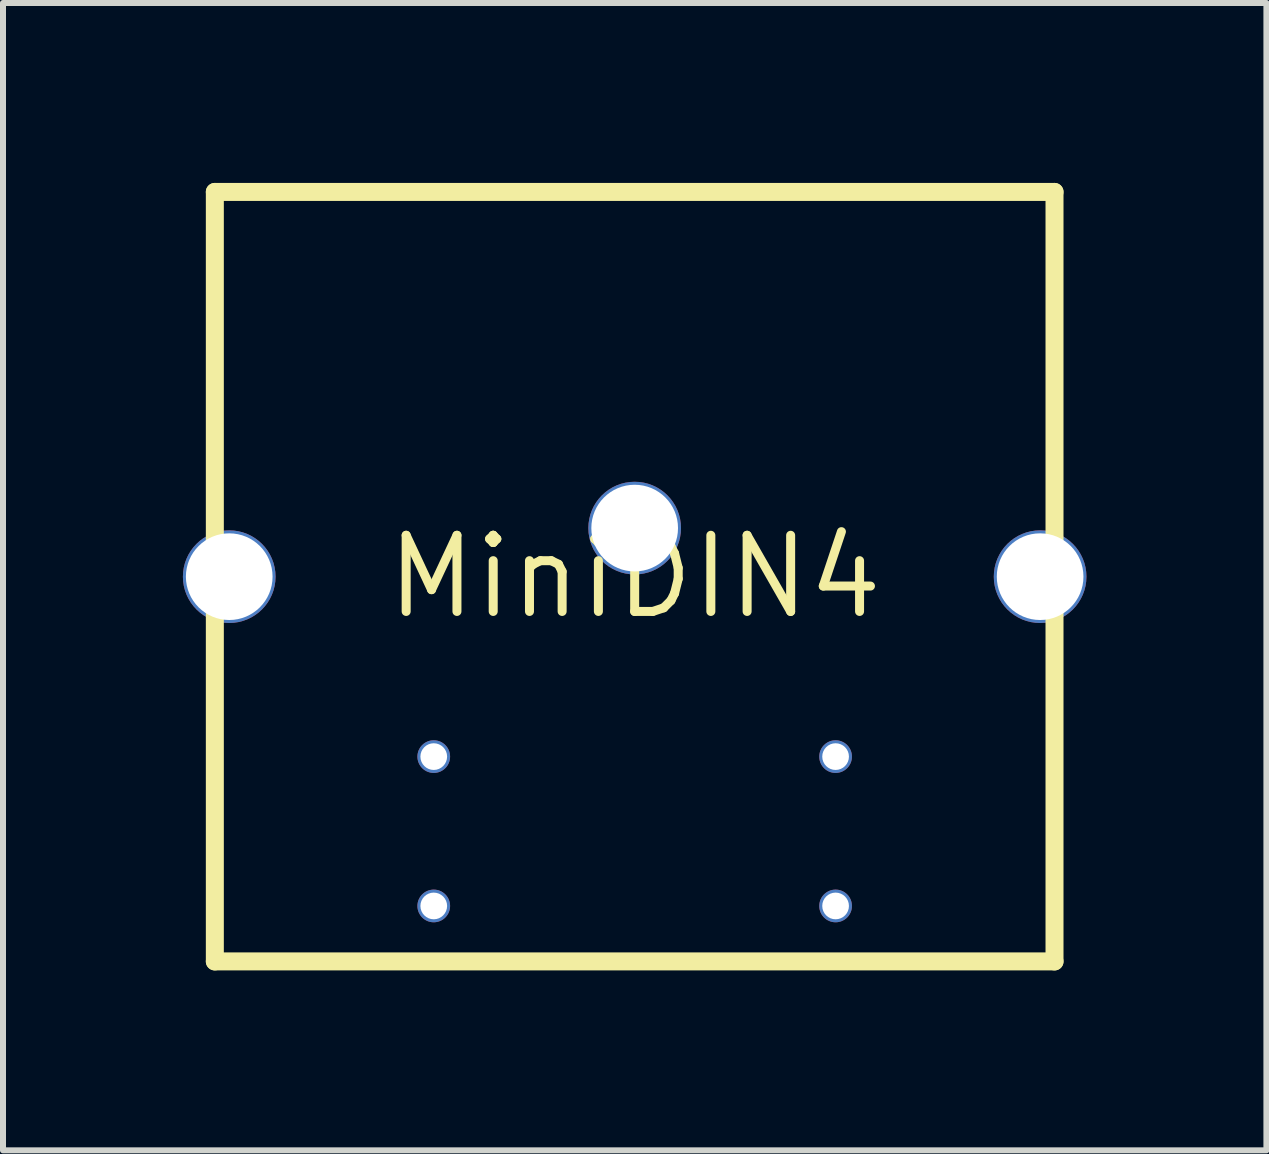
<source format=kicad_pcb>
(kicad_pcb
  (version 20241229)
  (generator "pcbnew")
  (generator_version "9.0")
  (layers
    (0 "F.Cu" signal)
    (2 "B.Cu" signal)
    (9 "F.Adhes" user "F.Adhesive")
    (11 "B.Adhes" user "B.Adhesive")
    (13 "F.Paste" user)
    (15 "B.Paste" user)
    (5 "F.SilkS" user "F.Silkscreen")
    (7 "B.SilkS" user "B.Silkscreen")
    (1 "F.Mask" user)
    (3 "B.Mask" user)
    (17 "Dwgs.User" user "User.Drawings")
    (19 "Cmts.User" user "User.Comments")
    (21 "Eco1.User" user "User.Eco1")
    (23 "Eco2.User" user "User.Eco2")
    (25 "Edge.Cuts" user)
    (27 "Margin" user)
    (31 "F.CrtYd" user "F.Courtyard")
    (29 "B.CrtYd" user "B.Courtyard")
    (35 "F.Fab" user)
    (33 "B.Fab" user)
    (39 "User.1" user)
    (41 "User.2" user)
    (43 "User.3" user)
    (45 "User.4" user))
  (footprint "MiniDIN4"
    (layer "F.Cu")
    (at 7.532 6.565)
    (property "Reference" "MiniDIN4" (at 0 0 0) (layer "F.SilkS") (effects (font (size 1.27 1.27) (thickness 0.15))))
    (attr through_hole)
    (fp_line (start -7 -6.415) (end -7 6.415) (stroke (width 0.3) (type solid)) (layer "F.SilkS"))
    (fp_line (start -7 6.415) (end 7 6.415) (stroke (width 0.3) (type solid)) (layer "F.SilkS"))
    (fp_line (start 7 -6.415) (end -7 -6.415) (stroke (width 0.3) (type solid)) (layer "F.SilkS"))
    (fp_line (start 7 6.415) (end 7 -6.415) (stroke (width 0.3) (type solid)) (layer "F.SilkS"))
    (pad "1" thru_hole circle (at 3.35 3) (size 0.545 0.545) (drill 0.445) (layers "*.Cu" "*.Mask"))
    (pad "2" thru_hole circle (at -3.35 3) (size 0.545 0.545) (drill 0.445) (layers "*.Cu" "*.Mask"))
    (pad "3" thru_hole circle (at 3.35 5.49) (size 0.545 0.545) (drill 0.445) (layers "*.Cu" "*.Mask"))
    (pad "4" thru_hole circle (at -3.35 5.49) (size 0.545 0.545) (drill 0.445) (layers "*.Cu" "*.Mask"))
    (pad "gnd" thru_hole circle (at -6.76 0) (size 1.545 1.545) (drill 1.445) (layers "*.Cu" "*.Mask"))
    (pad "gnd" thru_hole circle (at 0 -0.81) (size 1.545 1.545) (drill 1.445) (layers "*.Cu" "*.Mask"))
    (pad "gnd" thru_hole circle (at 6.76 0) (size 1.545 1.545) (drill 1.445) (layers "*.Cu" "*.Mask")))
  (gr_rect
    (start -3 -3)
    (end 18.065 16.13)
    (stroke (width 0.1) (type default))
    (fill no)
    (layer "Edge.Cuts")))
</source>
